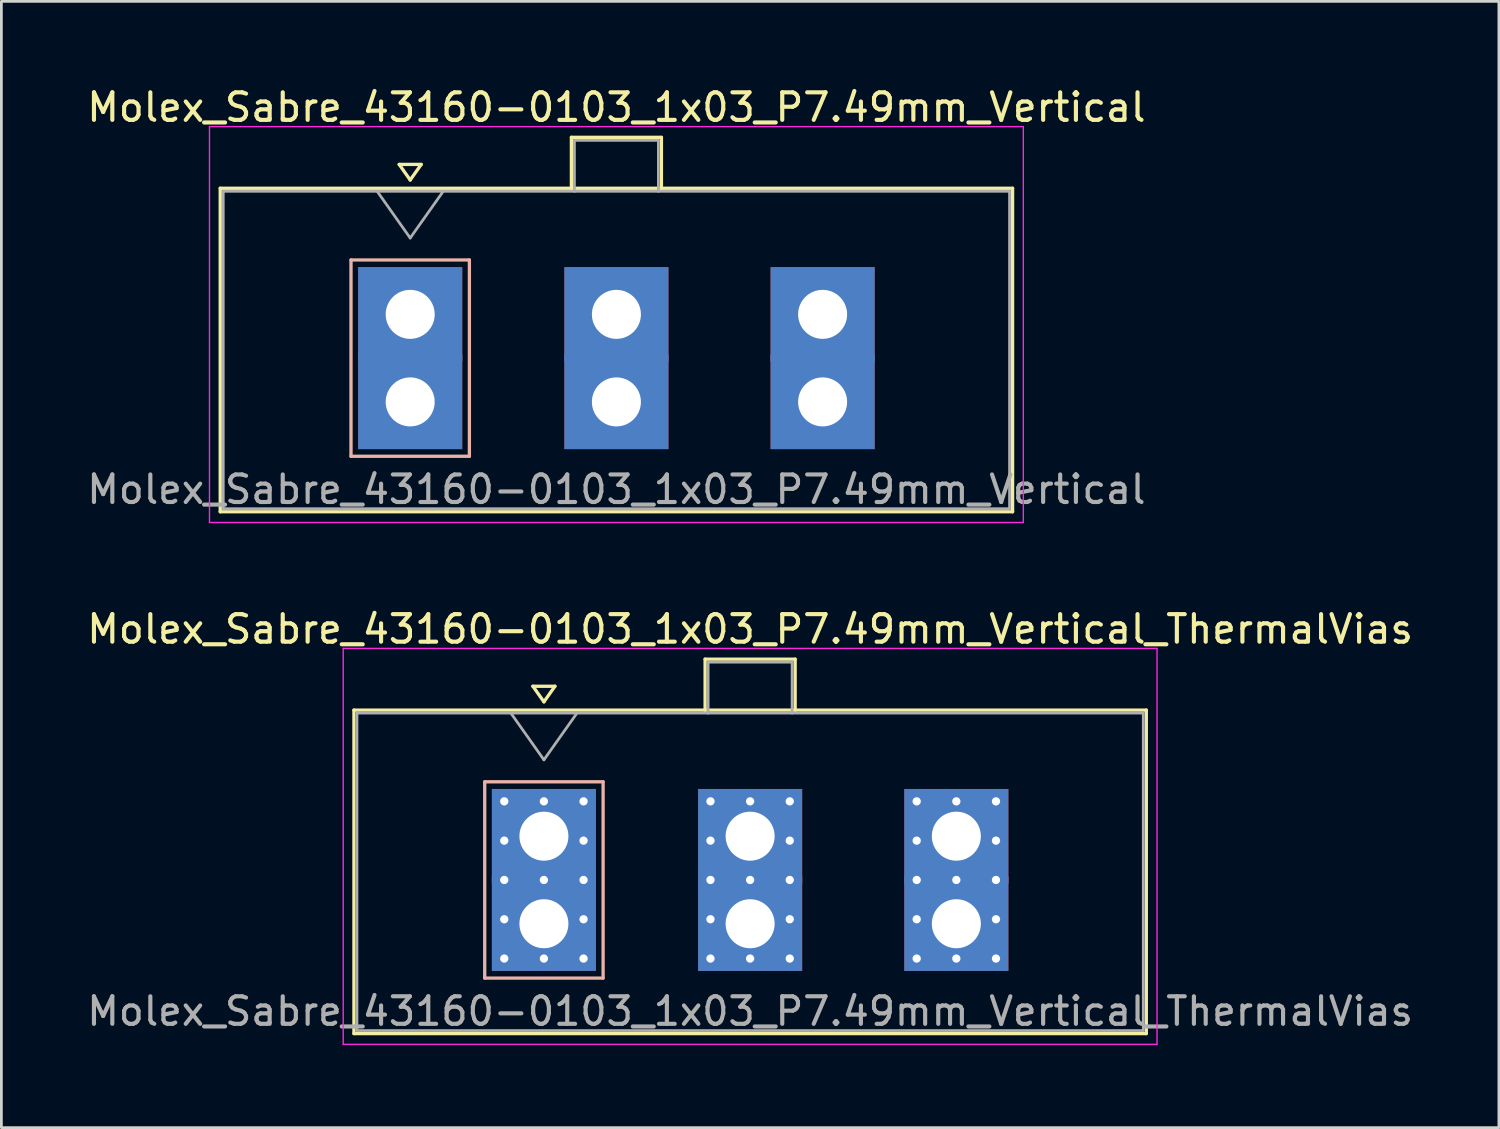
<source format=kicad_pcb>
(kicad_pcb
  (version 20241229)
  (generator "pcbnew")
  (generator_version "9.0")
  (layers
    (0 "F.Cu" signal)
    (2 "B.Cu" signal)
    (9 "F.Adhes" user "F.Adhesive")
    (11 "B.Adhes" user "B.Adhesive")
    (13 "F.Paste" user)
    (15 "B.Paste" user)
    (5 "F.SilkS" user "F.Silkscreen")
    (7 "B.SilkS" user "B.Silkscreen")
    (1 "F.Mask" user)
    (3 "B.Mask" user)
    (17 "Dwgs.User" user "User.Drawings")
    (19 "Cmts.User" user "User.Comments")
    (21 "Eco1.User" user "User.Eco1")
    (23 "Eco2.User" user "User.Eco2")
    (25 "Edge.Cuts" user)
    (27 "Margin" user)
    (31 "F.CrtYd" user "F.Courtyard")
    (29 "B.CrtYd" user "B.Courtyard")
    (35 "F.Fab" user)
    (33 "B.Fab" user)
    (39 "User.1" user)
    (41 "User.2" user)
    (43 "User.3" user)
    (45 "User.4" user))
  (footprint "Molex_Sabre_43160-0103_1x03_P7.49mm_Vertical_ThermalVias"
    (layer "F.Cu")
    (at 16.706 30.502)
    (property "Reference" "Molex_Sabre_43160-0103_1x03_P7.49mm_Vertical_ThermalVias" (at 7.49 -10.7 0) (layer "F.SilkS") (effects (font (size 1 1) (thickness 0.15))))
    (attr through_hole)
    (fp_line (start -6.9 -7.76) (end -6.9 3.99) (stroke (width 0.12) (type solid)) (layer "F.SilkS"))
    (fp_line (start -6.9 3.99) (end 21.88 3.99) (stroke (width 0.12) (type solid)) (layer "F.SilkS"))
    (fp_line (start -0.4 -8.626) (end 0 -8.06) (stroke (width 0.12) (type solid)) (layer "F.SilkS"))
    (fp_line (start 0 -8.06) (end 0.4 -8.626) (stroke (width 0.12) (type solid)) (layer "F.SilkS"))
    (fp_line (start 0.4 -8.626) (end -0.4 -8.626) (stroke (width 0.12) (type solid)) (layer "F.SilkS"))
    (fp_line (start 5.855 -9.61) (end 9.125 -9.61) (stroke (width 0.12) (type solid)) (layer "F.SilkS"))
    (fp_line (start 5.855 -7.76) (end 5.855 -9.61) (stroke (width 0.12) (type solid)) (layer "F.SilkS"))
    (fp_line (start 9.125 -9.61) (end 9.125 -7.76) (stroke (width 0.12) (type solid)) (layer "F.SilkS"))
    (fp_line (start 21.88 -7.76) (end -6.9 -7.76) (stroke (width 0.12) (type solid)) (layer "F.SilkS"))
    (fp_line (start 21.88 3.99) (end 21.88 -7.76) (stroke (width 0.12) (type solid)) (layer "F.SilkS"))
    (fp_line (start -2.15 -5.155) (end -2.15 1.975) (stroke (width 0.12) (type solid)) (layer "B.SilkS"))
    (fp_line (start -2.15 1.975) (end 2.15 1.975) (stroke (width 0.12) (type solid)) (layer "B.SilkS"))
    (fp_line (start 2.15 -5.155) (end -2.15 -5.155) (stroke (width 0.12) (type solid)) (layer "B.SilkS"))
    (fp_line (start 2.15 1.975) (end 2.15 -5.155) (stroke (width 0.12) (type solid)) (layer "B.SilkS"))
    (fp_line (start -7.29 -10) (end -7.29 4.38) (stroke (width 0.05) (type solid)) (layer "F.CrtYd"))
    (fp_line (start -7.29 4.38) (end 22.27 4.38) (stroke (width 0.05) (type solid)) (layer "F.CrtYd"))
    (fp_line (start 22.27 -10) (end -7.29 -10) (stroke (width 0.05) (type solid)) (layer "F.CrtYd"))
    (fp_line (start 22.27 4.38) (end 22.27 -10) (stroke (width 0.05) (type solid)) (layer "F.CrtYd"))
    (fp_line (start -6.79 -7.65) (end -6.79 3.88) (stroke (width 0.1) (type solid)) (layer "F.Fab"))
    (fp_line (start -6.79 3.88) (end 21.77 3.88) (stroke (width 0.1) (type solid)) (layer "F.Fab"))
    (fp_line (start -1.2 -7.65) (end 0 -5.953) (stroke (width 0.1) (type solid)) (layer "F.Fab"))
    (fp_line (start 0 -5.953) (end 1.2 -7.65) (stroke (width 0.1) (type solid)) (layer "F.Fab"))
    (fp_line (start 5.965 -9.5) (end 9.015 -9.5) (stroke (width 0.1) (type solid)) (layer "F.Fab"))
    (fp_line (start 5.965 -7.65) (end 5.965 -9.5) (stroke (width 0.1) (type solid)) (layer "F.Fab"))
    (fp_line (start 9.015 -9.5) (end 9.015 -7.65) (stroke (width 0.1) (type solid)) (layer "F.Fab"))
    (fp_line (start 21.77 -7.65) (end -6.79 -7.65) (stroke (width 0.1) (type solid)) (layer "F.Fab"))
    (fp_line (start 21.77 3.88) (end 21.77 -7.65) (stroke (width 0.1) (type solid)) (layer "F.Fab"))
    (fp_text user "${REFERENCE}" (at 7.49 3.18 0) (layer "F.Fab") (effects (font (size 1 1) (thickness 0.15))))
    (pad "1" thru_hole rect (at -1.44 -4.445) (size 0.6 0.6) (drill 0.3) (layers "*.Cu" "*.Mask"))
    (pad "1" thru_hole rect (at -1.44 -3.018) (size 0.6 0.6) (drill 0.3) (layers "*.Cu" "*.Mask"))
    (pad "1" thru_hole rect (at -1.44 -1.59) (size 0.6 0.6) (drill 0.3) (layers "*.Cu" "*.Mask"))
    (pad "1" thru_hole rect (at -1.44 -0.163) (size 0.6 0.6) (drill 0.3) (layers "*.Cu" "*.Mask"))
    (pad "1" thru_hole rect (at -1.44 1.265) (size 0.6 0.6) (drill 0.3) (layers "*.Cu" "*.Mask"))
    (pad "1" thru_hole rect (at 0 -4.445) (size 0.6 0.6) (drill 0.3) (layers "*.Cu" "*.Mask"))
    (pad "1" thru_hole rect (at 0 -3.18) (size 3.78 3.43) (drill 1.78) (layers "*.Cu" "*.Mask"))
    (pad "1" thru_hole rect (at 0 -1.59) (size 0.6 0.6) (drill 0.3) (layers "*.Cu" "*.Mask"))
    (pad "1" thru_hole rect (at 0 0) (size 3.78 3.43) (drill 1.78) (layers "*.Cu" "*.Mask"))
    (pad "1" thru_hole rect (at 0 1.265) (size 0.6 0.6) (drill 0.3) (layers "*.Cu" "*.Mask"))
    (pad "1" thru_hole rect (at 1.44 -4.445) (size 0.6 0.6) (drill 0.3) (layers "*.Cu" "*.Mask"))
    (pad "1" thru_hole rect (at 1.44 -3.018) (size 0.6 0.6) (drill 0.3) (layers "*.Cu" "*.Mask"))
    (pad "1" thru_hole rect (at 1.44 -1.59) (size 0.6 0.6) (drill 0.3) (layers "*.Cu" "*.Mask"))
    (pad "1" thru_hole rect (at 1.44 -0.163) (size 0.6 0.6) (drill 0.3) (layers "*.Cu" "*.Mask"))
    (pad "1" thru_hole rect (at 1.44 1.265) (size 0.6 0.6) (drill 0.3) (layers "*.Cu" "*.Mask"))
    (pad "2" thru_hole circle (at 6.05 -4.445) (size 0.6 0.6) (drill 0.3) (layers "*.Cu" "*.Mask"))
    (pad "2" thru_hole circle (at 6.05 -3.018) (size 0.6 0.6) (drill 0.3) (layers "*.Cu" "*.Mask"))
    (pad "2" thru_hole circle (at 6.05 -1.59) (size 0.6 0.6) (drill 0.3) (layers "*.Cu" "*.Mask"))
    (pad "2" thru_hole circle (at 6.05 -0.163) (size 0.6 0.6) (drill 0.3) (layers "*.Cu" "*.Mask"))
    (pad "2" thru_hole circle (at 6.05 1.265) (size 0.6 0.6) (drill 0.3) (layers "*.Cu" "*.Mask"))
    (pad "2" thru_hole circle (at 7.49 -4.445) (size 0.6 0.6) (drill 0.3) (layers "*.Cu" "*.Mask"))
    (pad "2" thru_hole rect (at 7.49 -3.18) (size 3.78 3.43) (drill 1.78) (layers "*.Cu" "*.Mask"))
    (pad "2" thru_hole circle (at 7.49 -1.59) (size 0.6 0.6) (drill 0.3) (layers "*.Cu" "*.Mask"))
    (pad "2" thru_hole rect (at 7.49 0) (size 3.78 3.43) (drill 1.78) (layers "*.Cu" "*.Mask"))
    (pad "2" thru_hole circle (at 7.49 1.265) (size 0.6 0.6) (drill 0.3) (layers "*.Cu" "*.Mask"))
    (pad "2" thru_hole circle (at 8.93 -4.445) (size 0.6 0.6) (drill 0.3) (layers "*.Cu" "*.Mask"))
    (pad "2" thru_hole circle (at 8.93 -3.018) (size 0.6 0.6) (drill 0.3) (layers "*.Cu" "*.Mask"))
    (pad "2" thru_hole circle (at 8.93 -1.59) (size 0.6 0.6) (drill 0.3) (layers "*.Cu" "*.Mask"))
    (pad "2" thru_hole circle (at 8.93 -0.163) (size 0.6 0.6) (drill 0.3) (layers "*.Cu" "*.Mask"))
    (pad "2" thru_hole circle (at 8.93 1.265) (size 0.6 0.6) (drill 0.3) (layers "*.Cu" "*.Mask"))
    (pad "3" thru_hole circle (at 13.54 -4.445) (size 0.6 0.6) (drill 0.3) (layers "*.Cu" "*.Mask"))
    (pad "3" thru_hole circle (at 13.54 -3.018) (size 0.6 0.6) (drill 0.3) (layers "*.Cu" "*.Mask"))
    (pad "3" thru_hole circle (at 13.54 -1.59) (size 0.6 0.6) (drill 0.3) (layers "*.Cu" "*.Mask"))
    (pad "3" thru_hole circle (at 13.54 -0.163) (size 0.6 0.6) (drill 0.3) (layers "*.Cu" "*.Mask"))
    (pad "3" thru_hole circle (at 13.54 1.265) (size 0.6 0.6) (drill 0.3) (layers "*.Cu" "*.Mask"))
    (pad "3" thru_hole circle (at 14.98 -4.445) (size 0.6 0.6) (drill 0.3) (layers "*.Cu" "*.Mask"))
    (pad "3" thru_hole rect (at 14.98 -3.18) (size 3.78 3.43) (drill 1.78) (layers "*.Cu" "*.Mask"))
    (pad "3" thru_hole circle (at 14.98 -1.59) (size 0.6 0.6) (drill 0.3) (layers "*.Cu" "*.Mask"))
    (pad "3" thru_hole rect (at 14.98 0) (size 3.78 3.43) (drill 1.78) (layers "*.Cu" "*.Mask"))
    (pad "3" thru_hole circle (at 14.98 1.265) (size 0.6 0.6) (drill 0.3) (layers "*.Cu" "*.Mask"))
    (pad "3" thru_hole circle (at 16.42 -4.445) (size 0.6 0.6) (drill 0.3) (layers "*.Cu" "*.Mask"))
    (pad "3" thru_hole circle (at 16.42 -3.018) (size 0.6 0.6) (drill 0.3) (layers "*.Cu" "*.Mask"))
    (pad "3" thru_hole circle (at 16.42 -1.59) (size 0.6 0.6) (drill 0.3) (layers "*.Cu" "*.Mask"))
    (pad "3" thru_hole circle (at 16.42 -0.163) (size 0.6 0.6) (drill 0.3) (layers "*.Cu" "*.Mask"))
    (pad "3" thru_hole circle (at 16.42 1.265) (size 0.6 0.6) (drill 0.3) (layers "*.Cu" "*.Mask")))
  (footprint "Molex_Sabre_43160-0103_1x03_P7.49mm_Vertical"
    (layer "F.Cu")
    (at 11.849 11.548)
    (property "Reference" "Molex_Sabre_43160-0103_1x03_P7.49mm_Vertical" (at 7.49 -10.7 0) (layer "F.SilkS") (effects (font (size 1 1) (thickness 0.15))))
    (attr through_hole)
    (fp_line (start -6.9 -7.76) (end -6.9 3.99) (stroke (width 0.12) (type solid)) (layer "F.SilkS"))
    (fp_line (start -6.9 3.99) (end 21.88 3.99) (stroke (width 0.12) (type solid)) (layer "F.SilkS"))
    (fp_line (start -0.4 -8.626) (end 0 -8.06) (stroke (width 0.12) (type solid)) (layer "F.SilkS"))
    (fp_line (start 0 -8.06) (end 0.4 -8.626) (stroke (width 0.12) (type solid)) (layer "F.SilkS"))
    (fp_line (start 0.4 -8.626) (end -0.4 -8.626) (stroke (width 0.12) (type solid)) (layer "F.SilkS"))
    (fp_line (start 5.855 -9.61) (end 9.125 -9.61) (stroke (width 0.12) (type solid)) (layer "F.SilkS"))
    (fp_line (start 5.855 -7.76) (end 5.855 -9.61) (stroke (width 0.12) (type solid)) (layer "F.SilkS"))
    (fp_line (start 9.125 -9.61) (end 9.125 -7.76) (stroke (width 0.12) (type solid)) (layer "F.SilkS"))
    (fp_line (start 21.88 -7.76) (end -6.9 -7.76) (stroke (width 0.12) (type solid)) (layer "F.SilkS"))
    (fp_line (start 21.88 3.99) (end 21.88 -7.76) (stroke (width 0.12) (type solid)) (layer "F.SilkS"))
    (fp_line (start -2.15 -5.155) (end -2.15 1.975) (stroke (width 0.12) (type solid)) (layer "B.SilkS"))
    (fp_line (start -2.15 1.975) (end 2.15 1.975) (stroke (width 0.12) (type solid)) (layer "B.SilkS"))
    (fp_line (start 2.15 -5.155) (end -2.15 -5.155) (stroke (width 0.12) (type solid)) (layer "B.SilkS"))
    (fp_line (start 2.15 1.975) (end 2.15 -5.155) (stroke (width 0.12) (type solid)) (layer "B.SilkS"))
    (fp_line (start -7.29 -10) (end -7.29 4.38) (stroke (width 0.05) (type solid)) (layer "F.CrtYd"))
    (fp_line (start -7.29 4.38) (end 22.27 4.38) (stroke (width 0.05) (type solid)) (layer "F.CrtYd"))
    (fp_line (start 22.27 -10) (end -7.29 -10) (stroke (width 0.05) (type solid)) (layer "F.CrtYd"))
    (fp_line (start 22.27 4.38) (end 22.27 -10) (stroke (width 0.05) (type solid)) (layer "F.CrtYd"))
    (fp_line (start -6.79 -7.65) (end -6.79 3.88) (stroke (width 0.1) (type solid)) (layer "F.Fab"))
    (fp_line (start -6.79 3.88) (end 21.77 3.88) (stroke (width 0.1) (type solid)) (layer "F.Fab"))
    (fp_line (start -1.2 -7.65) (end 0 -5.953) (stroke (width 0.1) (type solid)) (layer "F.Fab"))
    (fp_line (start 0 -5.953) (end 1.2 -7.65) (stroke (width 0.1) (type solid)) (layer "F.Fab"))
    (fp_line (start 5.965 -9.5) (end 9.015 -9.5) (stroke (width 0.1) (type solid)) (layer "F.Fab"))
    (fp_line (start 5.965 -7.65) (end 5.965 -9.5) (stroke (width 0.1) (type solid)) (layer "F.Fab"))
    (fp_line (start 9.015 -9.5) (end 9.015 -7.65) (stroke (width 0.1) (type solid)) (layer "F.Fab"))
    (fp_line (start 21.77 -7.65) (end -6.79 -7.65) (stroke (width 0.1) (type solid)) (layer "F.Fab"))
    (fp_line (start 21.77 3.88) (end 21.77 -7.65) (stroke (width 0.1) (type solid)) (layer "F.Fab"))
    (fp_text user "${REFERENCE}" (at 7.49 3.18 0) (layer "F.Fab") (effects (font (size 1 1) (thickness 0.15))))
    (pad "1" thru_hole rect (at 0 -3.18) (size 3.78 3.43) (drill 1.78) (layers "*.Cu" "*.Mask"))
    (pad "1" thru_hole rect (at 0 0) (size 3.78 3.43) (drill 1.78) (layers "*.Cu" "*.Mask"))
    (pad "2" thru_hole rect (at 7.49 -3.18) (size 3.78 3.43) (drill 1.78) (layers "*.Cu" "*.Mask"))
    (pad "2" thru_hole rect (at 7.49 0) (size 3.78 3.43) (drill 1.78) (layers "*.Cu" "*.Mask"))
    (pad "3" thru_hole rect (at 14.98 -3.18) (size 3.78 3.43) (drill 1.78) (layers "*.Cu" "*.Mask"))
    (pad "3" thru_hole rect (at 14.98 0) (size 3.78 3.43) (drill 1.78) (layers "*.Cu" "*.Mask")))
  (gr_rect
    (start -3 -3)
    (end 51.393 37.907)
    (stroke (width 0.1) (type default))
    (fill no)
    (layer "Edge.Cuts")))
</source>
